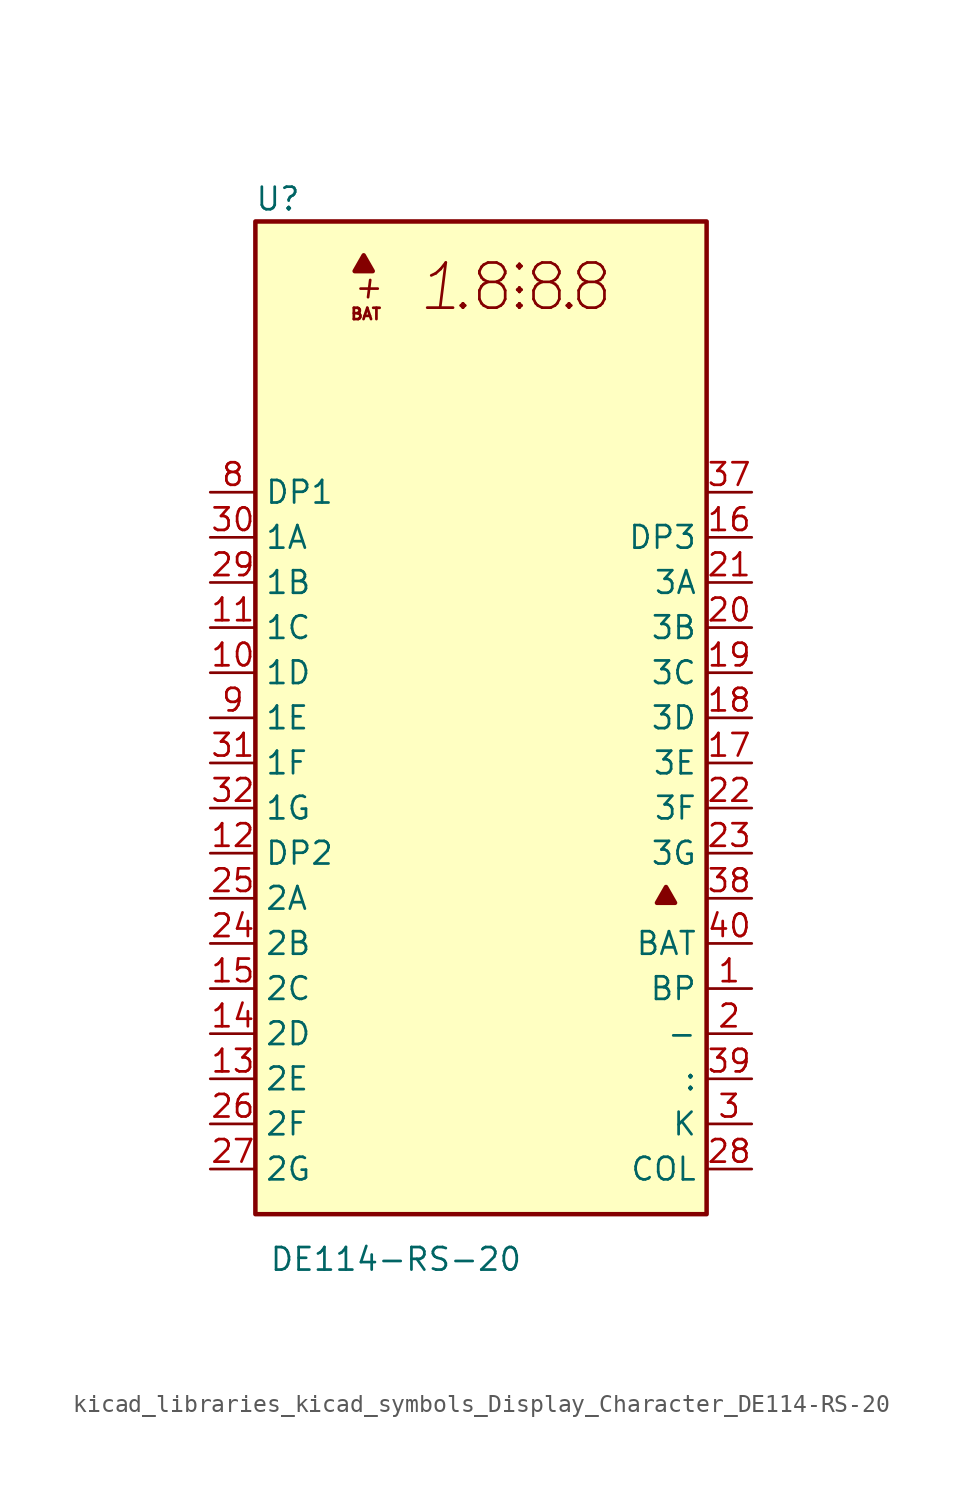
<source format=kicad_sym>
(kicad_symbol_lib
  (version 20220914)
  (generator kicad_symbol_editor)
  (symbol "kicad_libraries_kicad_symbols_Display_Character_DE114-RS-20"
    (property "Reference" "U"
      (at -11.43 29.21 0)
      (effects (font (size 1.27 1.27))))
    (property "Value" "DE114-RS-20"
      (at -11.938 -30.48 0)
      (effects (font (size 1.27 1.27)) (justify left)))
    (symbol "kicad_libraries_kicad_symbols_Display_Character_DE114-RS-20_0_0"
      (text "+" (at -6.35 24.257 0) (effects (font (size 1.27 1.27) italic)))
      (text "." (at -1.016 24.257 0) (effects (font (size 2.54 2.54))))
      (text "." (at 2.159 24.257 0) (effects (font (size 2.54 2.54))))
      (text "." (at 4.953 24.257 0) (effects (font (size 2.54 2.54))))
      (text "1" (at -2.286 24.257 0) (effects (font (size 2.54 2.54) italic)))
      (text "8" (at 0.635 24.257 0) (effects (font (size 2.54 2.54))))
      (text "8" (at 3.683 24.257 0) (effects (font (size 2.54 2.54))))
      (text "8" (at 6.223 24.257 0) (effects (font (size 2.54 2.54))))
      (text ":" (at 2.159 25.146 0) (effects (font (size 2.54 2.54))))
      (text "BAT" (at -6.477 22.733 0) (effects (font (size 0.635 0.635)))))
    (symbol "kicad_libraries_kicad_symbols_Display_Character_DE114-RS-20_0_1"
      (rectangle (start -12.7 27.94) (end 12.7 -27.94) (stroke (width 0.254) (type default)) (fill (type background)))
      (polyline (pts (xy -6.604 26.035) (xy -7.112 25.146) (xy -6.096 25.146) (xy -6.604 26.035)) (stroke (width 0.254) (type default)) (fill (type outline)))
      (polyline (pts (xy 10.414 -9.525) (xy 9.906 -10.414) (xy 10.922 -10.414) (xy 10.414 -9.525)) (stroke (width 0.254) (type default)) (fill (type outline))))
    (symbol "kicad_libraries_kicad_symbols_Display_Character_DE114-RS-20_1_1"
      (pin input line (at 15.24 -15.24 180) (length 2.54) (name "BP" (effects (font (size 1.27 1.27)))) (number "1" (effects (font (size 1.27 1.27)))))
      (pin input line (at -15.24 2.54 0) (length 2.54) (name "1D" (effects (font (size 1.27 1.27)))) (number "10" (effects (font (size 1.27 1.27)))))
      (pin input line (at -15.24 5.08 0) (length 2.54) (name "1C" (effects (font (size 1.27 1.27)))) (number "11" (effects (font (size 1.27 1.27)))))
      (pin input line (at -15.24 -7.62 0) (length 2.54) (name "DP2" (effects (font (size 1.27 1.27)))) (number "12" (effects (font (size 1.27 1.27)))))
      (pin input line (at -15.24 -20.32 0) (length 2.54) (name "2E" (effects (font (size 1.27 1.27)))) (number "13" (effects (font (size 1.27 1.27)))))
      (pin input line (at -15.24 -17.78 0) (length 2.54) (name "2D" (effects (font (size 1.27 1.27)))) (number "14" (effects (font (size 1.27 1.27)))))
      (pin input line (at -15.24 -15.24 0) (length 2.54) (name "2C" (effects (font (size 1.27 1.27)))) (number "15" (effects (font (size 1.27 1.27)))))
      (pin input line (at 15.24 10.16 180) (length 2.54) (name "DP3" (effects (font (size 1.27 1.27)))) (number "16" (effects (font (size 1.27 1.27)))))
      (pin input line (at 15.24 -2.54 180) (length 2.54) (name "3E" (effects (font (size 1.27 1.27)))) (number "17" (effects (font (size 1.27 1.27)))))
      (pin input line (at 15.24 0 180) (length 2.54) (name "3D" (effects (font (size 1.27 1.27)))) (number "18" (effects (font (size 1.27 1.27)))))
      (pin input line (at 15.24 2.54 180) (length 2.54) (name "3C" (effects (font (size 1.27 1.27)))) (number "19" (effects (font (size 1.27 1.27)))))
      (pin input line (at 15.24 -17.78 180) (length 2.54) (name "-" (effects (font (size 1.27 1.27)))) (number "2" (effects (font (size 1.27 1.27)))))
      (pin input line (at 15.24 5.08 180) (length 2.54) (name "3B" (effects (font (size 1.27 1.27)))) (number "20" (effects (font (size 1.27 1.27)))))
      (pin input line (at 15.24 7.62 180) (length 2.54) (name "3A" (effects (font (size 1.27 1.27)))) (number "21" (effects (font (size 1.27 1.27)))))
      (pin input line (at 15.24 -5.08 180) (length 2.54) (name "3F" (effects (font (size 1.27 1.27)))) (number "22" (effects (font (size 1.27 1.27)))))
      (pin input line (at 15.24 -7.62 180) (length 2.54) (name "3G" (effects (font (size 1.27 1.27)))) (number "23" (effects (font (size 1.27 1.27)))))
      (pin input line (at -15.24 -12.7 0) (length 2.54) (name "2B" (effects (font (size 1.27 1.27)))) (number "24" (effects (font (size 1.27 1.27)))))
      (pin input line (at -15.24 -10.16 0) (length 2.54) (name "2A" (effects (font (size 1.27 1.27)))) (number "25" (effects (font (size 1.27 1.27)))))
      (pin input line (at -15.24 -22.86 0) (length 2.54) (name "2F" (effects (font (size 1.27 1.27)))) (number "26" (effects (font (size 1.27 1.27)))))
      (pin input line (at -15.24 -25.4 0) (length 2.54) (name "2G" (effects (font (size 1.27 1.27)))) (number "27" (effects (font (size 1.27 1.27)))))
      (pin input line (at 15.24 -25.4 180) (length 2.54) (name "COL" (effects (font (size 1.27 1.27)))) (number "28" (effects (font (size 1.27 1.27)))))
      (pin input line (at -15.24 7.62 0) (length 2.54) (name "1B" (effects (font (size 1.27 1.27)))) (number "29" (effects (font (size 1.27 1.27)))))
      (pin input line (at 15.24 -22.86 180) (length 2.54) (name "K" (effects (font (size 1.27 1.27)))) (number "3" (effects (font (size 1.27 1.27)))))
      (pin input line (at -15.24 10.16 0) (length 2.54) (name "1A" (effects (font (size 1.27 1.27)))) (number "30" (effects (font (size 1.27 1.27)))))
      (pin input line (at -15.24 -2.54 0) (length 2.54) (name "1F" (effects (font (size 1.27 1.27)))) (number "31" (effects (font (size 1.27 1.27)))))
      (pin input line (at -15.24 -5.08 0) (length 2.54) (name "1G" (effects (font (size 1.27 1.27)))) (number "32" (effects (font (size 1.27 1.27)))))
      (pin no_connect line (at 12.7 15.24 180) (length 2.54) hide (name "NC" (effects (font (size 1.27 1.27)))) (number "33" (effects (font (size 1.27 1.27)))))
      (pin no_connect line (at 12.7 17.78 180) (length 2.54) hide (name "NC" (effects (font (size 1.27 1.27)))) (number "34" (effects (font (size 1.27 1.27)))))
      (pin no_connect line (at 12.7 20.32 180) (length 2.54) hide (name "NC" (effects (font (size 1.27 1.27)))) (number "35" (effects (font (size 1.27 1.27)))))
      (pin no_connect line (at 12.7 22.86 180) (length 2.54) hide (name "NC" (effects (font (size 1.27 1.27)))) (number "36" (effects (font (size 1.27 1.27)))))
      (pin input line (at 15.24 12.7 180) (length 2.54) (name "~" (effects (font (size 1.27 1.27)))) (number "37" (effects (font (size 1.27 1.27)))))
      (pin input line (at 15.24 -10.16 180) (length 2.54) (name "~" (effects (font (size 1.27 1.27)))) (number "38" (effects (font (size 1.27 1.27)))))
      (pin input line (at 15.24 -20.32 180) (length 2.54) (name ":" (effects (font (size 1.27 1.27)))) (number "39" (effects (font (size 1.27 1.27)))))
      (pin no_connect line (at -12.7 22.86 0) (length 2.54) hide (name "NC" (effects (font (size 1.27 1.27)))) (number "4" (effects (font (size 1.27 1.27)))))
      (pin input line (at 15.24 -12.7 180) (length 2.54) (name "BAT" (effects (font (size 1.27 1.27)))) (number "40" (effects (font (size 1.27 1.27)))))
      (pin no_connect line (at -12.7 20.32 0) (length 2.54) hide (name "NC" (effects (font (size 1.27 1.27)))) (number "5" (effects (font (size 1.27 1.27)))))
      (pin no_connect line (at -12.7 17.78 0) (length 2.54) hide (name "NC" (effects (font (size 1.27 1.27)))) (number "6" (effects (font (size 1.27 1.27)))))
      (pin no_connect line (at -12.7 15.24 0) (length 2.54) hide (name "NC" (effects (font (size 1.27 1.27)))) (number "7" (effects (font (size 1.27 1.27)))))
      (pin input line (at -15.24 12.7 0) (length 2.54) (name "DP1" (effects (font (size 1.27 1.27)))) (number "8" (effects (font (size 1.27 1.27)))))
      (pin input line (at -15.24 0 0) (length 2.54) (name "1E" (effects (font (size 1.27 1.27)))) (number "9" (effects (font (size 1.27 1.27))))))))
</source>
